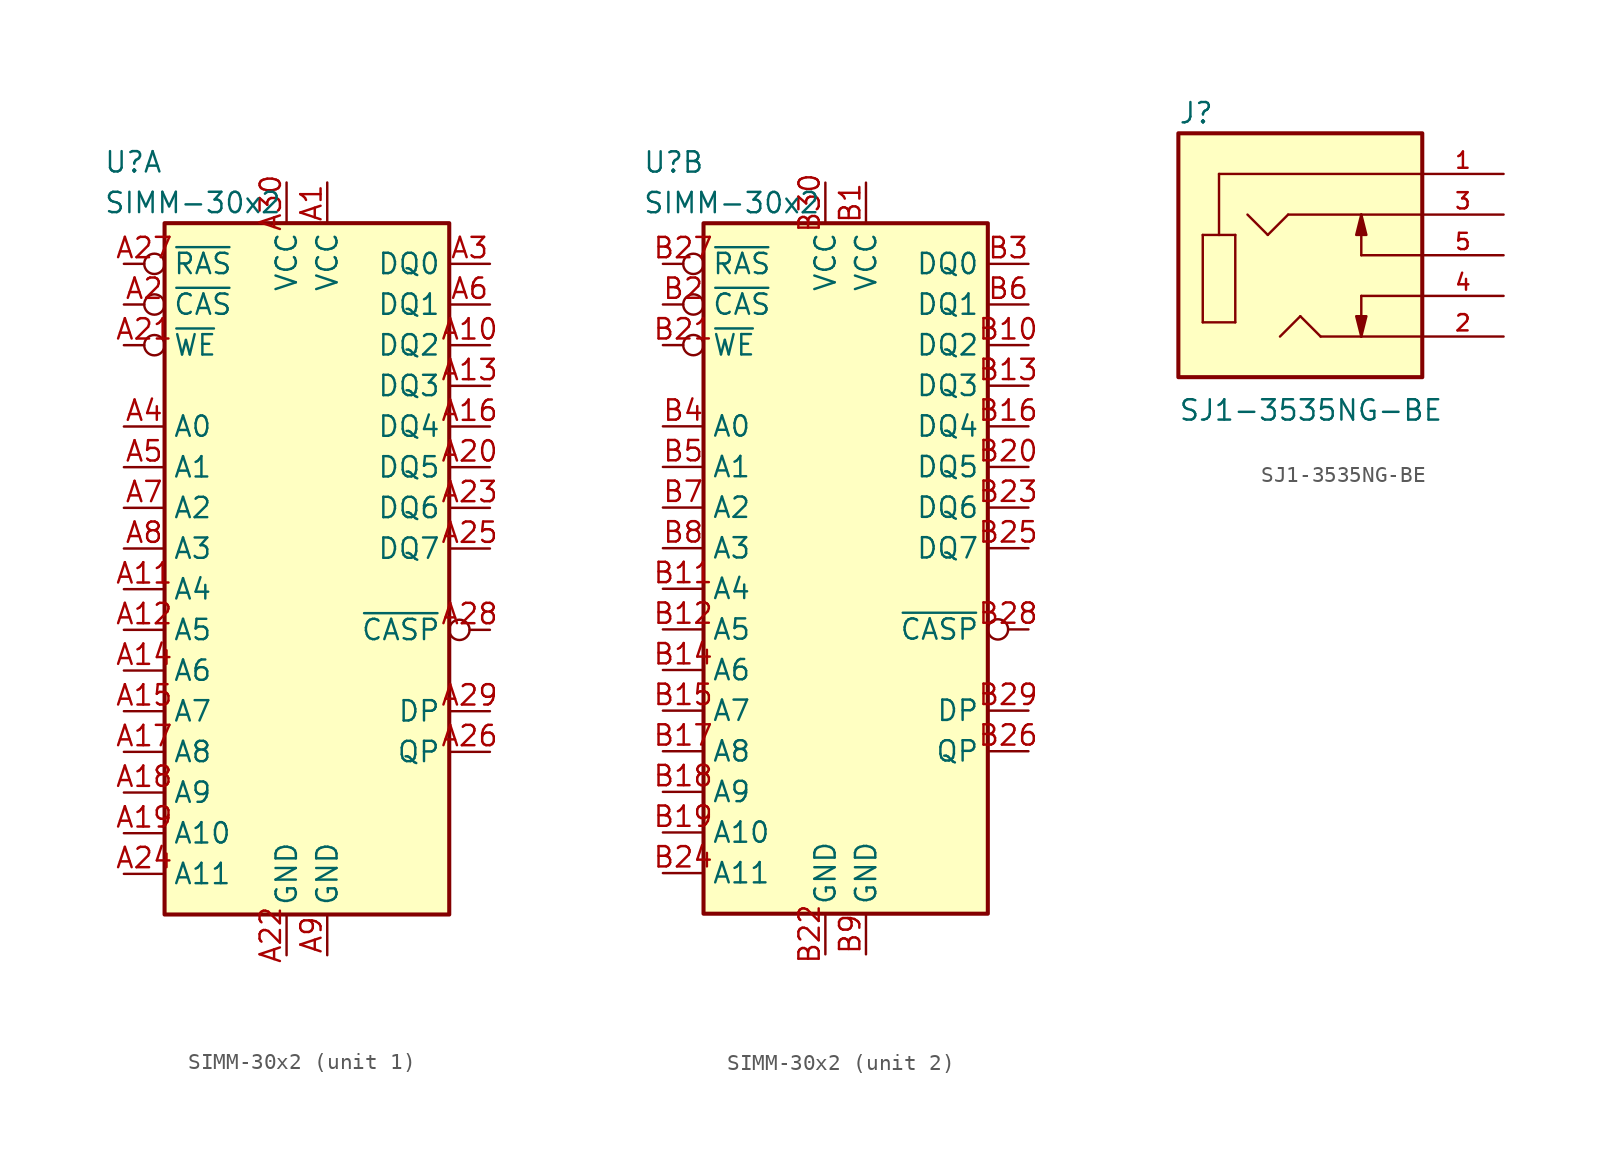
<source format=kicad_sym>
(kicad_symbol_lib
  (version 20231120)
  (generator "kicad_symbol_editor")
  (generator_version "8.0")
  (symbol "SIMM-30x2"
    (property "Reference" "U"
      (at -11.43 24.13 0)
      (effects (font (size 1.27 1.27)) (justify left)))
    (property "Value" "SIMM-30x2"
      (at -11.43 21.59 0)
      (effects (font (size 1.27 1.27)) (justify left)))
    (symbol "SIMM-30x2_0_1"
      (rectangle (start -7.62 20.32) (end 10.16 -22.86) (stroke (width 0.254) (type default)) (fill (type background))))
    (symbol "SIMM-30x2_1_0"
      (pin power_in line (at 2.54 22.86 270) (length 2.54) (name "VCC" (effects (font (size 1.27 1.27)))) (number "A1" (effects (font (size 1.27 1.27)))))
      (pin bidirectional line (at 12.7 12.7 180) (length 2.54) (name "DQ2" (effects (font (size 1.27 1.27)))) (number "A10" (effects (font (size 1.27 1.27)))))
      (pin input line (at -10.16 -2.54 0) (length 2.54) (name "A4" (effects (font (size 1.27 1.27)))) (number "A11" (effects (font (size 1.27 1.27)))))
      (pin input line (at -10.16 -5.08 0) (length 2.54) (name "A5" (effects (font (size 1.27 1.27)))) (number "A12" (effects (font (size 1.27 1.27)))))
      (pin bidirectional line (at 12.7 10.16 180) (length 2.54) (name "DQ3" (effects (font (size 1.27 1.27)))) (number "A13" (effects (font (size 1.27 1.27)))))
      (pin input line (at -10.16 -7.62 0) (length 2.54) (name "A6" (effects (font (size 1.27 1.27)))) (number "A14" (effects (font (size 1.27 1.27)))))
      (pin input line (at -10.16 -10.16 0) (length 2.54) (name "A7" (effects (font (size 1.27 1.27)))) (number "A15" (effects (font (size 1.27 1.27)))))
      (pin bidirectional line (at 12.7 7.62 180) (length 2.54) (name "DQ4" (effects (font (size 1.27 1.27)))) (number "A16" (effects (font (size 1.27 1.27)))))
      (pin input line (at -10.16 -12.7 0) (length 2.54) (name "A8" (effects (font (size 1.27 1.27)))) (number "A17" (effects (font (size 1.27 1.27)))))
      (pin input line (at -10.16 -15.24 0) (length 2.54) (name "A9" (effects (font (size 1.27 1.27)))) (number "A18" (effects (font (size 1.27 1.27)))))
      (pin input line (at -10.16 -17.78 0) (length 2.54) (name "A10" (effects (font (size 1.27 1.27)))) (number "A19" (effects (font (size 1.27 1.27)))))
      (pin input inverted (at -10.16 15.24 0) (length 2.54) (name "~{CAS}" (effects (font (size 1.27 1.27)))) (number "A2" (effects (font (size 1.27 1.27)))))
      (pin bidirectional line (at 12.7 5.08 180) (length 2.54) (name "DQ5" (effects (font (size 1.27 1.27)))) (number "A20" (effects (font (size 1.27 1.27)))))
      (pin input inverted (at -10.16 12.7 0) (length 2.54) (name "~{WE}" (effects (font (size 1.27 1.27)))) (number "A21" (effects (font (size 1.27 1.27)))))
      (pin power_in line (at 0 -25.4 90) (length 2.54) (name "GND" (effects (font (size 1.27 1.27)))) (number "A22" (effects (font (size 1.27 1.27)))))
      (pin bidirectional line (at 12.7 2.54 180) (length 2.54) (name "DQ6" (effects (font (size 1.27 1.27)))) (number "A23" (effects (font (size 1.27 1.27)))))
      (pin input line (at -10.16 -20.32 0) (length 2.54) (name "A11" (effects (font (size 1.27 1.27)))) (number "A24" (effects (font (size 1.27 1.27)))))
      (pin bidirectional line (at 12.7 0 180) (length 2.54) (name "DQ7" (effects (font (size 1.27 1.27)))) (number "A25" (effects (font (size 1.27 1.27)))))
      (pin output line (at 12.7 -12.7 180) (length 2.54) (name "QP" (effects (font (size 1.27 1.27)))) (number "A26" (effects (font (size 1.27 1.27)))))
      (pin input inverted (at -10.16 17.78 0) (length 2.54) (name "~{RAS}" (effects (font (size 1.27 1.27)))) (number "A27" (effects (font (size 1.27 1.27)))))
      (pin input inverted (at 12.7 -5.08 180) (length 2.54) (name "~{CASP}" (effects (font (size 1.27 1.27)))) (number "A28" (effects (font (size 1.27 1.27)))))
      (pin input line (at 12.7 -10.16 180) (length 2.54) (name "DP" (effects (font (size 1.27 1.27)))) (number "A29" (effects (font (size 1.27 1.27)))))
      (pin bidirectional line (at 12.7 17.78 180) (length 2.54) (name "DQ0" (effects (font (size 1.27 1.27)))) (number "A3" (effects (font (size 1.27 1.27)))))
      (pin power_in line (at 0 22.86 270) (length 2.54) (name "VCC" (effects (font (size 1.27 1.27)))) (number "A30" (effects (font (size 1.27 1.27)))))
      (pin input line (at -10.16 7.62 0) (length 2.54) (name "A0" (effects (font (size 1.27 1.27)))) (number "A4" (effects (font (size 1.27 1.27)))))
      (pin input line (at -10.16 5.08 0) (length 2.54) (name "A1" (effects (font (size 1.27 1.27)))) (number "A5" (effects (font (size 1.27 1.27)))))
      (pin bidirectional line (at 12.7 15.24 180) (length 2.54) (name "DQ1" (effects (font (size 1.27 1.27)))) (number "A6" (effects (font (size 1.27 1.27)))))
      (pin input line (at -10.16 2.54 0) (length 2.54) (name "A2" (effects (font (size 1.27 1.27)))) (number "A7" (effects (font (size 1.27 1.27)))))
      (pin input line (at -10.16 0 0) (length 2.54) (name "A3" (effects (font (size 1.27 1.27)))) (number "A8" (effects (font (size 1.27 1.27)))))
      (pin power_in line (at 2.54 -25.4 90) (length 2.54) (name "GND" (effects (font (size 1.27 1.27)))) (number "A9" (effects (font (size 1.27 1.27))))))
    (symbol "SIMM-30x2_2_0"
      (pin power_in line (at 2.54 22.86 270) (length 2.54) (name "VCC" (effects (font (size 1.27 1.27)))) (number "B1" (effects (font (size 1.27 1.27)))))
      (pin bidirectional line (at 12.7 12.7 180) (length 2.54) (name "DQ2" (effects (font (size 1.27 1.27)))) (number "B10" (effects (font (size 1.27 1.27)))))
      (pin input line (at -10.16 -2.54 0) (length 2.54) (name "A4" (effects (font (size 1.27 1.27)))) (number "B11" (effects (font (size 1.27 1.27)))))
      (pin input line (at -10.16 -5.08 0) (length 2.54) (name "A5" (effects (font (size 1.27 1.27)))) (number "B12" (effects (font (size 1.27 1.27)))))
      (pin bidirectional line (at 12.7 10.16 180) (length 2.54) (name "DQ3" (effects (font (size 1.27 1.27)))) (number "B13" (effects (font (size 1.27 1.27)))))
      (pin input line (at -10.16 -7.62 0) (length 2.54) (name "A6" (effects (font (size 1.27 1.27)))) (number "B14" (effects (font (size 1.27 1.27)))))
      (pin input line (at -10.16 -10.16 0) (length 2.54) (name "A7" (effects (font (size 1.27 1.27)))) (number "B15" (effects (font (size 1.27 1.27)))))
      (pin bidirectional line (at 12.7 7.62 180) (length 2.54) (name "DQ4" (effects (font (size 1.27 1.27)))) (number "B16" (effects (font (size 1.27 1.27)))))
      (pin input line (at -10.16 -12.7 0) (length 2.54) (name "A8" (effects (font (size 1.27 1.27)))) (number "B17" (effects (font (size 1.27 1.27)))))
      (pin input line (at -10.16 -15.24 0) (length 2.54) (name "A9" (effects (font (size 1.27 1.27)))) (number "B18" (effects (font (size 1.27 1.27)))))
      (pin input line (at -10.16 -17.78 0) (length 2.54) (name "A10" (effects (font (size 1.27 1.27)))) (number "B19" (effects (font (size 1.27 1.27)))))
      (pin input inverted (at -10.16 15.24 0) (length 2.54) (name "~{CAS}" (effects (font (size 1.27 1.27)))) (number "B2" (effects (font (size 1.27 1.27)))))
      (pin bidirectional line (at 12.7 5.08 180) (length 2.54) (name "DQ5" (effects (font (size 1.27 1.27)))) (number "B20" (effects (font (size 1.27 1.27)))))
      (pin input inverted (at -10.16 12.7 0) (length 2.54) (name "~{WE}" (effects (font (size 1.27 1.27)))) (number "B21" (effects (font (size 1.27 1.27)))))
      (pin power_in line (at 0 -25.4 90) (length 2.54) (name "GND" (effects (font (size 1.27 1.27)))) (number "B22" (effects (font (size 1.27 1.27)))))
      (pin bidirectional line (at 12.7 2.54 180) (length 2.54) (name "DQ6" (effects (font (size 1.27 1.27)))) (number "B23" (effects (font (size 1.27 1.27)))))
      (pin input line (at -10.16 -20.32 0) (length 2.54) (name "A11" (effects (font (size 1.27 1.27)))) (number "B24" (effects (font (size 1.27 1.27)))))
      (pin bidirectional line (at 12.7 0 180) (length 2.54) (name "DQ7" (effects (font (size 1.27 1.27)))) (number "B25" (effects (font (size 1.27 1.27)))))
      (pin output line (at 12.7 -12.7 180) (length 2.54) (name "QP" (effects (font (size 1.27 1.27)))) (number "B26" (effects (font (size 1.27 1.27)))))
      (pin input inverted (at -10.16 17.78 0) (length 2.54) (name "~{RAS}" (effects (font (size 1.27 1.27)))) (number "B27" (effects (font (size 1.27 1.27)))))
      (pin input inverted (at 12.7 -5.08 180) (length 2.54) (name "~{CASP}" (effects (font (size 1.27 1.27)))) (number "B28" (effects (font (size 1.27 1.27)))))
      (pin input line (at 12.7 -10.16 180) (length 2.54) (name "DP" (effects (font (size 1.27 1.27)))) (number "B29" (effects (font (size 1.27 1.27)))))
      (pin bidirectional line (at 12.7 17.78 180) (length 2.54) (name "DQ0" (effects (font (size 1.27 1.27)))) (number "B3" (effects (font (size 1.27 1.27)))))
      (pin power_in line (at 0 22.86 270) (length 2.54) (name "VCC" (effects (font (size 1.27 1.27)))) (number "B30" (effects (font (size 1.27 1.27)))))
      (pin input line (at -10.16 7.62 0) (length 2.54) (name "A0" (effects (font (size 1.27 1.27)))) (number "B4" (effects (font (size 1.27 1.27)))))
      (pin input line (at -10.16 5.08 0) (length 2.54) (name "A1" (effects (font (size 1.27 1.27)))) (number "B5" (effects (font (size 1.27 1.27)))))
      (pin bidirectional line (at 12.7 15.24 180) (length 2.54) (name "DQ1" (effects (font (size 1.27 1.27)))) (number "B6" (effects (font (size 1.27 1.27)))))
      (pin input line (at -10.16 2.54 0) (length 2.54) (name "A2" (effects (font (size 1.27 1.27)))) (number "B7" (effects (font (size 1.27 1.27)))))
      (pin input line (at -10.16 0 0) (length 2.54) (name "A3" (effects (font (size 1.27 1.27)))) (number "B8" (effects (font (size 1.27 1.27)))))
      (pin power_in line (at 2.54 -25.4 90) (length 2.54) (name "GND" (effects (font (size 1.27 1.27)))) (number "B9" (effects (font (size 1.27 1.27)))))))
  (symbol "SJ1-3535NG-BE"
    (pin_names
      (offset 1.016))
    (property "Reference" "J"
      (at -7.633 8.141 0)
      (effects (font (size 1.27 1.27)) (justify left bottom)))
    (property "Value" "SJ1-3535NG-BE"
      (at -7.632 -10.431 0)
      (effects (font (size 1.27 1.27)) (justify left bottom)))
    (symbol "SJ1-3535NG-BE_0_0"
      (rectangle (start -7.62 -7.62) (end 7.62 7.62) (stroke (width 0.254) (type default)) (fill (type background)))
      (polyline (pts (xy -6.096 -4.191) (xy -6.096 1.27)) (stroke (width 0.152) (type default)) (fill (type none)))
      (polyline (pts (xy -6.096 1.27) (xy -5.08 1.27)) (stroke (width 0.152) (type default)) (fill (type none)))
      (polyline (pts (xy -5.08 1.27) (xy -4.064 1.27)) (stroke (width 0.152) (type default)) (fill (type none)))
      (polyline (pts (xy -5.08 5.08) (xy -5.08 1.27)) (stroke (width 0.152) (type default)) (fill (type none)))
      (polyline (pts (xy -4.064 -4.191) (xy -6.096 -4.191)) (stroke (width 0.152) (type default)) (fill (type none)))
      (polyline (pts (xy -4.064 1.27) (xy -4.064 -4.191)) (stroke (width 0.152) (type default)) (fill (type none)))
      (polyline (pts (xy -2.032 1.27) (xy -3.302 2.54)) (stroke (width 0.152) (type default)) (fill (type none)))
      (polyline (pts (xy -0.762 2.54) (xy -2.032 1.27)) (stroke (width 0.152) (type default)) (fill (type none)))
      (polyline (pts (xy 0 -3.81) (xy -1.27 -5.08)) (stroke (width 0.152) (type default)) (fill (type none)))
      (polyline (pts (xy 1.27 -5.08) (xy 0 -3.81)) (stroke (width 0.152) (type default)) (fill (type none)))
      (polyline (pts (xy 3.81 -5.08) (xy 1.27 -5.08)) (stroke (width 0.152) (type default)) (fill (type none)))
      (polyline (pts (xy 3.81 -5.08) (xy 3.81 -2.54)) (stroke (width 0.152) (type default)) (fill (type none)))
      (polyline (pts (xy 3.81 0) (xy 3.81 2.54)) (stroke (width 0.152) (type default)) (fill (type none)))
      (polyline (pts (xy 3.81 2.54) (xy -0.762 2.54)) (stroke (width 0.152) (type default)) (fill (type none)))
      (polyline (pts (xy 7.62 -5.08) (xy 3.81 -5.08)) (stroke (width 0.152) (type default)) (fill (type none)))
      (polyline (pts (xy 7.62 -2.54) (xy 3.81 -2.54)) (stroke (width 0.152) (type default)) (fill (type none)))
      (polyline (pts (xy 7.62 0) (xy 3.81 0)) (stroke (width 0.152) (type default)) (fill (type none)))
      (polyline (pts (xy 7.62 2.54) (xy 3.81 2.54)) (stroke (width 0.152) (type default)) (fill (type none)))
      (polyline (pts (xy 7.62 5.08) (xy -5.08 5.08)) (stroke (width 0.152) (type default)) (fill (type none)))
      (polyline (pts (xy 3.81 -5.08) (xy 3.493 -3.81) (xy 4.128 -3.81) (xy 3.81 -5.08)) (stroke (width 0.152) (type default)) (fill (type outline)))
      (polyline (pts (xy 3.81 2.54) (xy 4.128 1.27) (xy 3.493 1.27) (xy 3.81 2.54)) (stroke (width 0.152) (type default)) (fill (type outline)))
      (pin passive line (at 12.7 5.08 180) (length 5.08) (name "~" (effects (font (size 1.016 1.016)))) (number "1" (effects (font (size 1.016 1.016)))))
      (pin passive line (at 12.7 -5.08 180) (length 5.08) (name "~" (effects (font (size 1.016 1.016)))) (number "2" (effects (font (size 1.016 1.016)))))
      (pin passive line (at 12.7 2.54 180) (length 5.08) (name "~" (effects (font (size 1.016 1.016)))) (number "3" (effects (font (size 1.016 1.016)))))
      (pin passive line (at 12.7 -2.54 180) (length 5.08) (name "~" (effects (font (size 1.016 1.016)))) (number "4" (effects (font (size 1.016 1.016)))))
      (pin passive line (at 12.7 0 180) (length 5.08) (name "~" (effects (font (size 1.016 1.016)))) (number "5" (effects (font (size 1.016 1.016))))))))
</source>
